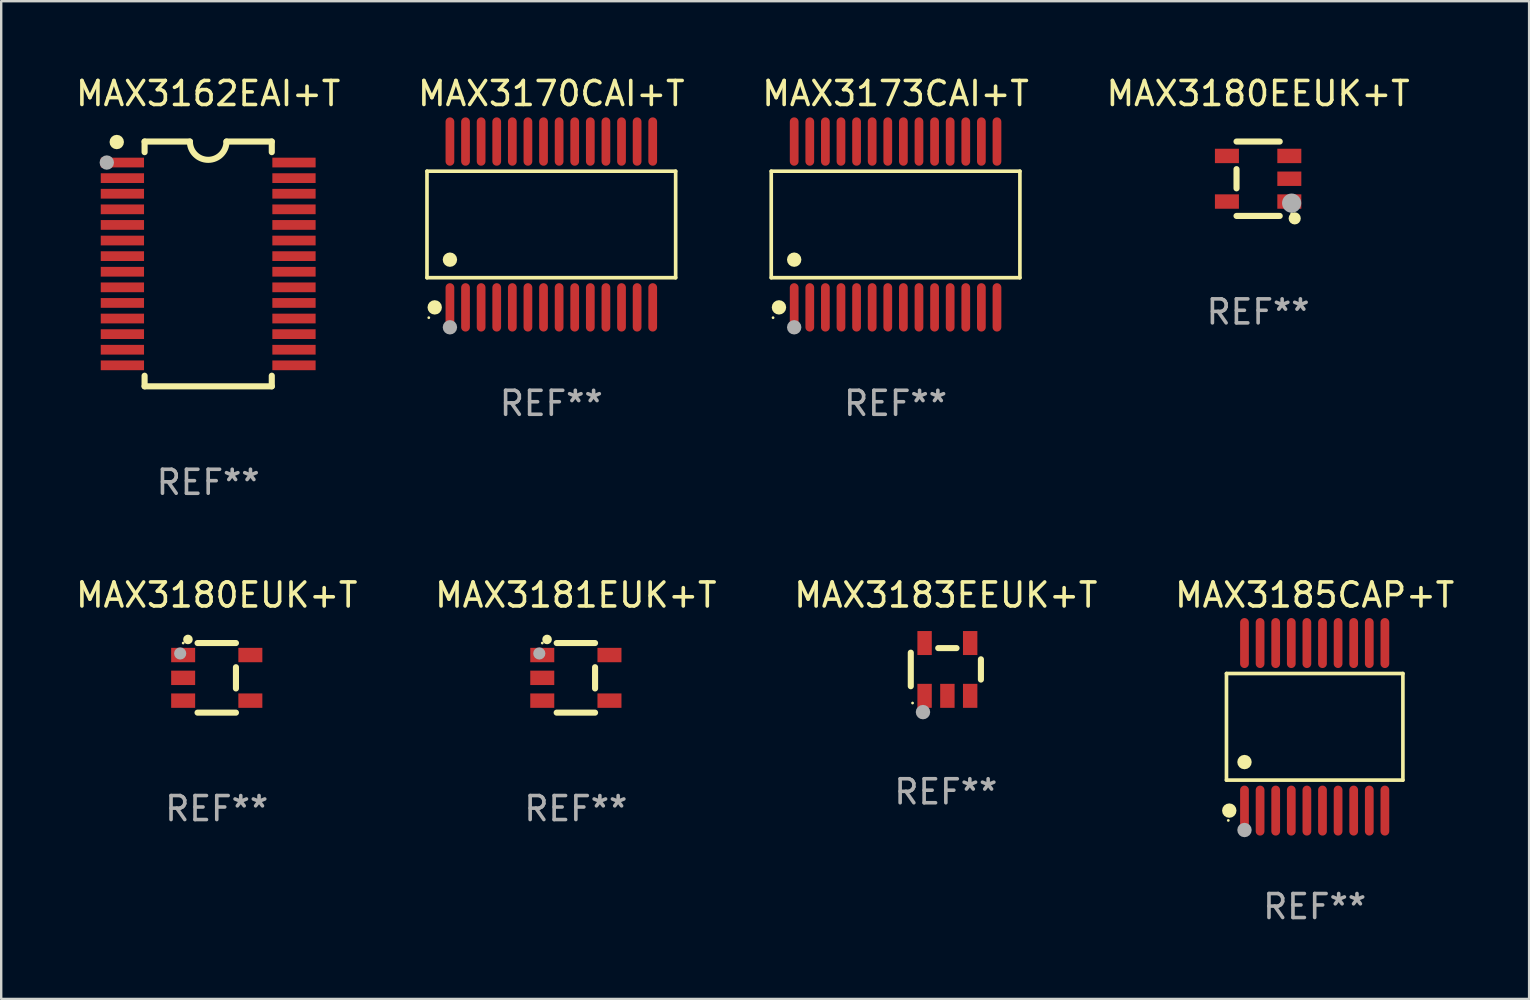
<source format=kicad_pcb>
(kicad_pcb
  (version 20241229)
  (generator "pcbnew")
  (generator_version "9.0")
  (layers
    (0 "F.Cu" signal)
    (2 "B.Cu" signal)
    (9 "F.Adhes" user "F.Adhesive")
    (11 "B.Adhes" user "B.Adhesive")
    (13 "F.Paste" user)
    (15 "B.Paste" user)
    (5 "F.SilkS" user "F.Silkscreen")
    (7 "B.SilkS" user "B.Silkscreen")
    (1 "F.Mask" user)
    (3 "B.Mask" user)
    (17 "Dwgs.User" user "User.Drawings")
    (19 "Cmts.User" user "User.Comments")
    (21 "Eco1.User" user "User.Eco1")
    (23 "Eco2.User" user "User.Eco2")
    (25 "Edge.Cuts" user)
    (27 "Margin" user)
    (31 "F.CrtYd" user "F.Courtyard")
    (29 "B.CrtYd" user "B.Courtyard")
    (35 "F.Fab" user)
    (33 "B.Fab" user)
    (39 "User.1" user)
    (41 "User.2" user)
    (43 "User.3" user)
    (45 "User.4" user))
  (footprint "MAX3170CAI+T"
    (layer "F.Cu")
    (at 19.923 6.303)
    (property "Reference" "MAX3170CAI+T" (at 0 -5.455 0) (layer "F.SilkS") (effects (font (size 1 1) (thickness 0.15))))
    (attr through_hole)
    (fp_line (start -5.181 -2.219) (end 5.181 -2.219) (stroke (width 0.152) (type solid)) (layer "F.SilkS"))
    (fp_line (start -5.181 2.219) (end -5.181 -2.219) (stroke (width 0.152) (type solid)) (layer "F.SilkS"))
    (fp_line (start 5.181 -2.219) (end 5.181 2.219) (stroke (width 0.152) (type solid)) (layer "F.SilkS"))
    (fp_line (start 5.181 2.219) (end -5.181 2.219) (stroke (width 0.152) (type solid)) (layer "F.SilkS"))
    (fp_circle (center -5.105 3.885) (end -5.075 3.885) (stroke (width 0.06) (type solid)) (fill no) (layer "F.SilkS"))
    (fp_circle (center -4.859 3.455) (end -4.709 3.455) (stroke (width 0.3) (type solid)) (fill no) (layer "F.SilkS"))
    (fp_circle (center -4.225 1.467) (end -4.075 1.467) (stroke (width 0.3) (type solid)) (fill no) (layer "F.SilkS"))
    (fp_circle (center -4.225 4.285) (end -4.075 4.285) (stroke (width 0.3) (type solid)) (fill no) (layer "F.Fab"))
    (fp_text user "REF**" (at 0 7.455 0) (layer "F.Fab") (effects (font (size 1 1) (thickness 0.15))))
    (pad "1" smd oval (at -4.225 3.455) (size 0.364 2.015) (layers "F.Cu" "F.Mask" "F.Paste"))
    (pad "2" smd oval (at -3.575 3.455) (size 0.364 2.015) (layers "F.Cu" "F.Mask" "F.Paste"))
    (pad "3" smd oval (at -2.925 3.455) (size 0.364 2.015) (layers "F.Cu" "F.Mask" "F.Paste"))
    (pad "4" smd oval (at -2.275 3.455) (size 0.364 2.015) (layers "F.Cu" "F.Mask" "F.Paste"))
    (pad "5" smd oval (at -1.625 3.455) (size 0.364 2.015) (layers "F.Cu" "F.Mask" "F.Paste"))
    (pad "6" smd oval (at -0.975 3.455) (size 0.364 2.015) (layers "F.Cu" "F.Mask" "F.Paste"))
    (pad "7" smd oval (at -0.325 3.455) (size 0.364 2.015) (layers "F.Cu" "F.Mask" "F.Paste"))
    (pad "8" smd oval (at 0.325 3.455) (size 0.364 2.015) (layers "F.Cu" "F.Mask" "F.Paste"))
    (pad "9" smd oval (at 0.975 3.455) (size 0.364 2.015) (layers "F.Cu" "F.Mask" "F.Paste"))
    (pad "10" smd oval (at 1.625 3.455) (size 0.364 2.015) (layers "F.Cu" "F.Mask" "F.Paste"))
    (pad "11" smd oval (at 2.275 3.455) (size 0.364 2.015) (layers "F.Cu" "F.Mask" "F.Paste"))
    (pad "12" smd oval (at 2.925 3.455) (size 0.364 2.015) (layers "F.Cu" "F.Mask" "F.Paste"))
    (pad "13" smd oval (at 3.575 3.455) (size 0.364 2.015) (layers "F.Cu" "F.Mask" "F.Paste"))
    (pad "14" smd oval (at 4.225 3.455) (size 0.364 2.015) (layers "F.Cu" "F.Mask" "F.Paste"))
    (pad "15" smd oval (at 4.225 -3.455) (size 0.364 2.015) (layers "F.Cu" "F.Mask" "F.Paste"))
    (pad "16" smd oval (at 3.575 -3.455) (size 0.364 2.015) (layers "F.Cu" "F.Mask" "F.Paste"))
    (pad "17" smd oval (at 2.925 -3.455) (size 0.364 2.015) (layers "F.Cu" "F.Mask" "F.Paste"))
    (pad "18" smd oval (at 2.275 -3.455) (size 0.364 2.015) (layers "F.Cu" "F.Mask" "F.Paste"))
    (pad "19" smd oval (at 1.625 -3.455) (size 0.364 2.015) (layers "F.Cu" "F.Mask" "F.Paste"))
    (pad "20" smd oval (at 0.975 -3.455) (size 0.364 2.015) (layers "F.Cu" "F.Mask" "F.Paste"))
    (pad "21" smd oval (at 0.325 -3.455) (size 0.364 2.015) (layers "F.Cu" "F.Mask" "F.Paste"))
    (pad "22" smd oval (at -0.325 -3.455) (size 0.364 2.015) (layers "F.Cu" "F.Mask" "F.Paste"))
    (pad "23" smd oval (at -0.975 -3.455) (size 0.364 2.015) (layers "F.Cu" "F.Mask" "F.Paste"))
    (pad "24" smd oval (at -1.625 -3.455) (size 0.364 2.015) (layers "F.Cu" "F.Mask" "F.Paste"))
    (pad "25" smd oval (at -2.275 -3.455) (size 0.364 2.015) (layers "F.Cu" "F.Mask" "F.Paste"))
    (pad "26" smd oval (at -2.925 -3.455) (size 0.364 2.015) (layers "F.Cu" "F.Mask" "F.Paste"))
    (pad "27" smd oval (at -3.575 -3.455) (size 0.364 2.015) (layers "F.Cu" "F.Mask" "F.Paste"))
    (pad "28" smd oval (at -4.225 -3.455) (size 0.364 2.015) (layers "F.Cu" "F.Mask" "F.Paste")))
  (footprint "MAX3183EEUK+T"
    (layer "F.Cu")
    (at 36.363 24.845)
    (property "Reference" "MAX3183EEUK+T" (at 0 -3.1 0) (layer "F.SilkS") (effects (font (size 1 1) (thickness 0.15))))
    (attr through_hole)
    (fp_line (start -1.461 -0.699) (end -1.461 0.699) (stroke (width 0.254) (type solid)) (layer "F.SilkS"))
    (fp_line (start -0.318 -0.889) (end 0.445 -0.889) (stroke (width 0.254) (type solid)) (layer "F.SilkS"))
    (fp_line (start 1.461 -0.422) (end 1.461 0.422) (stroke (width 0.254) (type solid)) (layer "F.SilkS"))
    (fp_circle (center -1.387 1.4) (end -1.357 1.4) (stroke (width 0.06) (type solid)) (fill no) (layer "F.SilkS"))
    (fp_circle (center -0.953 1.778) (end -0.802 1.778) (stroke (width 0.3) (type solid)) (fill no) (layer "F.Fab"))
    (fp_text user "REF**" (at 0 5.1 0) (layer "F.Fab") (effects (font (size 1 1) (thickness 0.15))))
    (pad "1" smd rect (at -0.886 1.1) (size 0.6 1) (layers "F.Cu" "F.Mask" "F.Paste"))
    (pad "2" smd rect (at 0.064 1.1) (size 0.6 1) (layers "F.Cu" "F.Mask" "F.Paste"))
    (pad "3" smd rect (at 1.013 1.1) (size 0.6 1) (layers "F.Cu" "F.Mask" "F.Paste"))
    (pad "4" smd rect (at 1.013 -1.1) (size 0.6 1) (layers "F.Cu" "F.Mask" "F.Paste"))
    (pad "5" smd rect (at -0.886 -1.1) (size 0.6 1) (layers "F.Cu" "F.Mask" "F.Paste")))
  (footprint "MAX3181EUK+T"
    (layer "F.Cu")
    (at 20.946 25.195)
    (property "Reference" "MAX3181EUK+T" (at 0 -3.45 0) (layer "F.SilkS") (effects (font (size 1 1) (thickness 0.15))))
    (attr through_hole)
    (fp_line (start 0.8 -1.45) (end -0.8 -1.45) (stroke (width 0.254) (type solid)) (layer "F.SilkS"))
    (fp_line (start 0.8 -0.442) (end 0.8 0.442) (stroke (width 0.254) (type solid)) (layer "F.SilkS"))
    (fp_line (start 0.8 1.45) (end -0.8 1.45) (stroke (width 0.254) (type solid)) (layer "F.SilkS"))
    (fp_circle (center -1.4 -1.45) (end -1.37 -1.45) (stroke (width 0.06) (type solid)) (fill no) (layer "F.SilkS"))
    (fp_circle (center -1.2 -1.6) (end -1.1 -1.6) (stroke (width 0.2) (type solid)) (fill no) (layer "F.SilkS"))
    (fp_circle (center -1.524 -1.016) (end -1.397 -1.016) (stroke (width 0.254) (type solid)) (fill no) (layer "F.Fab"))
    (fp_text user "REF**" (at 0 5.45 0) (layer "F.Fab") (effects (font (size 1 1) (thickness 0.15))))
    (pad "1" smd rect (at -1.4 -0.95 180) (size 1 0.6) (layers "F.Cu" "F.Mask" "F.Paste"))
    (pad "2" smd rect (at -1.4 0.000114 180) (size 1 0.6) (layers "F.Cu" "F.Mask" "F.Paste"))
    (pad "3" smd rect (at -1.4 0.95 180) (size 1 0.6) (layers "F.Cu" "F.Mask" "F.Paste"))
    (pad "4" smd rect (at 1.4 0.95) (size 1 0.6) (layers "F.Cu" "F.Mask" "F.Paste"))
    (pad "5" smd rect (at 1.4 -0.95) (size 1 0.6) (layers "F.Cu" "F.Mask" "F.Paste")))
  (footprint "MAX3180EEUK+T"
    (layer "F.Cu")
    (at 49.375 4.398)
    (property "Reference" "MAX3180EEUK+T" (at 0 -3.55 0) (layer "F.SilkS") (effects (font (size 1 1) (thickness 0.15))))
    (attr through_hole)
    (fp_line (start -0.9 -1.55) (end 0.9 -1.55) (stroke (width 0.254) (type solid)) (layer "F.SilkS"))
    (fp_line (start -0.9 0.4) (end -0.9 -0.4) (stroke (width 0.254) (type solid)) (layer "F.SilkS"))
    (fp_line (start -0.9 1.55) (end 0.9 1.55) (stroke (width 0.254) (type solid)) (layer "F.SilkS"))
    (fp_circle (center 1.4 1.45) (end 1.43 1.45) (stroke (width 0.06) (type solid)) (fill no) (layer "F.SilkS"))
    (fp_circle (center 1.524 1.651) (end 1.651 1.651) (stroke (width 0.254) (type solid)) (fill no) (layer "F.SilkS"))
    (fp_circle (center 1.397 1.016) (end 1.597 1.016) (stroke (width 0.4) (type solid)) (fill no) (layer "F.Fab"))
    (fp_text user "REF**" (at 0 5.55 0) (layer "F.Fab") (effects (font (size 1 1) (thickness 0.15))))
    (pad "1" smd rect (at 1.3 0.95) (size 1 0.6) (layers "F.Cu" "F.Mask" "F.Paste"))
    (pad "2" smd rect (at 1.3 -0.000051) (size 1 0.6) (layers "F.Cu" "F.Mask" "F.Paste"))
    (pad "3" smd rect (at 1.3 -0.95) (size 1 0.6) (layers "F.Cu" "F.Mask" "F.Paste"))
    (pad "4" smd rect (at -1.3 -0.95) (size 1 0.6) (layers "F.Cu" "F.Mask" "F.Paste"))
    (pad "5" smd rect (at -1.3 0.95) (size 1 0.6) (layers "F.Cu" "F.Mask" "F.Paste")))
  (footprint "MAX3173CAI+T"
    (layer "F.Cu")
    (at 34.268 6.303)
    (property "Reference" "MAX3173CAI+T" (at 0 -5.455 0) (layer "F.SilkS") (effects (font (size 1 1) (thickness 0.15))))
    (attr through_hole)
    (fp_line (start -5.181 -2.219) (end 5.181 -2.219) (stroke (width 0.152) (type solid)) (layer "F.SilkS"))
    (fp_line (start -5.181 2.219) (end -5.181 -2.219) (stroke (width 0.152) (type solid)) (layer "F.SilkS"))
    (fp_line (start 5.181 -2.219) (end 5.181 2.219) (stroke (width 0.152) (type solid)) (layer "F.SilkS"))
    (fp_line (start 5.181 2.219) (end -5.181 2.219) (stroke (width 0.152) (type solid)) (layer "F.SilkS"))
    (fp_circle (center -5.105 3.885) (end -5.075 3.885) (stroke (width 0.06) (type solid)) (fill no) (layer "F.SilkS"))
    (fp_circle (center -4.859 3.455) (end -4.709 3.455) (stroke (width 0.3) (type solid)) (fill no) (layer "F.SilkS"))
    (fp_circle (center -4.225 1.467) (end -4.075 1.467) (stroke (width 0.3) (type solid)) (fill no) (layer "F.SilkS"))
    (fp_circle (center -4.225 4.285) (end -4.075 4.285) (stroke (width 0.3) (type solid)) (fill no) (layer "F.Fab"))
    (fp_text user "REF**" (at 0 7.455 0) (layer "F.Fab") (effects (font (size 1 1) (thickness 0.15))))
    (pad "1" smd oval (at -4.225 3.455) (size 0.364 2.015) (layers "F.Cu" "F.Mask" "F.Paste"))
    (pad "2" smd oval (at -3.575 3.455) (size 0.364 2.015) (layers "F.Cu" "F.Mask" "F.Paste"))
    (pad "3" smd oval (at -2.925 3.455) (size 0.364 2.015) (layers "F.Cu" "F.Mask" "F.Paste"))
    (pad "4" smd oval (at -2.275 3.455) (size 0.364 2.015) (layers "F.Cu" "F.Mask" "F.Paste"))
    (pad "5" smd oval (at -1.625 3.455) (size 0.364 2.015) (layers "F.Cu" "F.Mask" "F.Paste"))
    (pad "6" smd oval (at -0.975 3.455) (size 0.364 2.015) (layers "F.Cu" "F.Mask" "F.Paste"))
    (pad "7" smd oval (at -0.325 3.455) (size 0.364 2.015) (layers "F.Cu" "F.Mask" "F.Paste"))
    (pad "8" smd oval (at 0.325 3.455) (size 0.364 2.015) (layers "F.Cu" "F.Mask" "F.Paste"))
    (pad "9" smd oval (at 0.975 3.455) (size 0.364 2.015) (layers "F.Cu" "F.Mask" "F.Paste"))
    (pad "10" smd oval (at 1.625 3.455) (size 0.364 2.015) (layers "F.Cu" "F.Mask" "F.Paste"))
    (pad "11" smd oval (at 2.275 3.455) (size 0.364 2.015) (layers "F.Cu" "F.Mask" "F.Paste"))
    (pad "12" smd oval (at 2.925 3.455) (size 0.364 2.015) (layers "F.Cu" "F.Mask" "F.Paste"))
    (pad "13" smd oval (at 3.575 3.455) (size 0.364 2.015) (layers "F.Cu" "F.Mask" "F.Paste"))
    (pad "14" smd oval (at 4.225 3.455) (size 0.364 2.015) (layers "F.Cu" "F.Mask" "F.Paste"))
    (pad "15" smd oval (at 4.225 -3.455) (size 0.364 2.015) (layers "F.Cu" "F.Mask" "F.Paste"))
    (pad "16" smd oval (at 3.575 -3.455) (size 0.364 2.015) (layers "F.Cu" "F.Mask" "F.Paste"))
    (pad "17" smd oval (at 2.925 -3.455) (size 0.364 2.015) (layers "F.Cu" "F.Mask" "F.Paste"))
    (pad "18" smd oval (at 2.275 -3.455) (size 0.364 2.015) (layers "F.Cu" "F.Mask" "F.Paste"))
    (pad "19" smd oval (at 1.625 -3.455) (size 0.364 2.015) (layers "F.Cu" "F.Mask" "F.Paste"))
    (pad "20" smd oval (at 0.975 -3.455) (size 0.364 2.015) (layers "F.Cu" "F.Mask" "F.Paste"))
    (pad "21" smd oval (at 0.325 -3.455) (size 0.364 2.015) (layers "F.Cu" "F.Mask" "F.Paste"))
    (pad "22" smd oval (at -0.325 -3.455) (size 0.364 2.015) (layers "F.Cu" "F.Mask" "F.Paste"))
    (pad "23" smd oval (at -0.975 -3.455) (size 0.364 2.015) (layers "F.Cu" "F.Mask" "F.Paste"))
    (pad "24" smd oval (at -1.625 -3.455) (size 0.364 2.015) (layers "F.Cu" "F.Mask" "F.Paste"))
    (pad "25" smd oval (at -2.275 -3.455) (size 0.364 2.015) (layers "F.Cu" "F.Mask" "F.Paste"))
    (pad "26" smd oval (at -2.925 -3.455) (size 0.364 2.015) (layers "F.Cu" "F.Mask" "F.Paste"))
    (pad "27" smd oval (at -3.575 -3.455) (size 0.364 2.015) (layers "F.Cu" "F.Mask" "F.Paste"))
    (pad "28" smd oval (at -4.225 -3.455) (size 0.364 2.015) (layers "F.Cu" "F.Mask" "F.Paste")))
  (footprint "MAX3180EUK+T"
    (layer "F.Cu")
    (at 5.982 25.195)
    (property "Reference" "MAX3180EUK+T" (at 0 -3.45 0) (layer "F.SilkS") (effects (font (size 1 1) (thickness 0.15))))
    (attr through_hole)
    (fp_line (start 0.8 -1.45) (end -0.8 -1.45) (stroke (width 0.254) (type solid)) (layer "F.SilkS"))
    (fp_line (start 0.8 -0.442) (end 0.8 0.442) (stroke (width 0.254) (type solid)) (layer "F.SilkS"))
    (fp_line (start 0.8 1.45) (end -0.8 1.45) (stroke (width 0.254) (type solid)) (layer "F.SilkS"))
    (fp_circle (center -1.4 -1.45) (end -1.37 -1.45) (stroke (width 0.06) (type solid)) (fill no) (layer "F.SilkS"))
    (fp_circle (center -1.2 -1.6) (end -1.1 -1.6) (stroke (width 0.2) (type solid)) (fill no) (layer "F.SilkS"))
    (fp_circle (center -1.524 -1.016) (end -1.397 -1.016) (stroke (width 0.254) (type solid)) (fill no) (layer "F.Fab"))
    (fp_text user "REF**" (at 0 5.45 0) (layer "F.Fab") (effects (font (size 1 1) (thickness 0.15))))
    (pad "1" smd rect (at -1.4 -0.95 180) (size 1 0.6) (layers "F.Cu" "F.Mask" "F.Paste"))
    (pad "2" smd rect (at -1.4 0.000114 180) (size 1 0.6) (layers "F.Cu" "F.Mask" "F.Paste"))
    (pad "3" smd rect (at -1.4 0.95 180) (size 1 0.6) (layers "F.Cu" "F.Mask" "F.Paste"))
    (pad "4" smd rect (at 1.4 0.95) (size 1 0.6) (layers "F.Cu" "F.Mask" "F.Paste"))
    (pad "5" smd rect (at 1.4 -0.95) (size 1 0.6) (layers "F.Cu" "F.Mask" "F.Paste")))
  (footprint "MAX3185CAP+T"
    (layer "F.Cu")
    (at 51.732 27.236)
    (property "Reference" "MAX3185CAP+T" (at 0 -5.491 0) (layer "F.SilkS") (effects (font (size 1 1) (thickness 0.15))))
    (attr through_hole)
    (fp_line (start -3.676 -2.221) (end 3.676 -2.221) (stroke (width 0.152) (type solid)) (layer "F.SilkS"))
    (fp_line (start -3.676 2.221) (end -3.676 -2.221) (stroke (width 0.152) (type solid)) (layer "F.SilkS"))
    (fp_line (start 3.676 -2.221) (end 3.676 2.221) (stroke (width 0.152) (type solid)) (layer "F.SilkS"))
    (fp_line (start 3.676 2.221) (end -3.676 2.221) (stroke (width 0.152) (type solid)) (layer "F.SilkS"))
    (fp_circle (center -3.6 3.9) (end -3.57 3.9) (stroke (width 0.06) (type solid)) (fill no) (layer "F.SilkS"))
    (fp_circle (center -3.559 3.491) (end -3.409 3.491) (stroke (width 0.3) (type solid)) (fill no) (layer "F.SilkS"))
    (fp_circle (center -2.925 1.469) (end -2.775 1.469) (stroke (width 0.3) (type solid)) (fill no) (layer "F.SilkS"))
    (fp_circle (center -2.925 4.3) (end -2.775 4.3) (stroke (width 0.3) (type solid)) (fill no) (layer "F.Fab"))
    (fp_text user "REF**" (at 0 7.491 0) (layer "F.Fab") (effects (font (size 1 1) (thickness 0.15))))
    (pad "1" smd oval (at -2.925 3.491) (size 0.364 2.082) (layers "F.Cu" "F.Mask" "F.Paste"))
    (pad "2" smd oval (at -2.275 3.491) (size 0.364 2.082) (layers "F.Cu" "F.Mask" "F.Paste"))
    (pad "3" smd oval (at -1.625 3.491) (size 0.364 2.082) (layers "F.Cu" "F.Mask" "F.Paste"))
    (pad "4" smd oval (at -0.975 3.491) (size 0.364 2.082) (layers "F.Cu" "F.Mask" "F.Paste"))
    (pad "5" smd oval (at -0.325 3.491) (size 0.364 2.082) (layers "F.Cu" "F.Mask" "F.Paste"))
    (pad "6" smd oval (at 0.325 3.491) (size 0.364 2.082) (layers "F.Cu" "F.Mask" "F.Paste"))
    (pad "7" smd oval (at 0.975 3.491) (size 0.364 2.082) (layers "F.Cu" "F.Mask" "F.Paste"))
    (pad "8" smd oval (at 1.625 3.491) (size 0.364 2.082) (layers "F.Cu" "F.Mask" "F.Paste"))
    (pad "9" smd oval (at 2.275 3.491) (size 0.364 2.082) (layers "F.Cu" "F.Mask" "F.Paste"))
    (pad "10" smd oval (at 2.925 3.491) (size 0.364 2.082) (layers "F.Cu" "F.Mask" "F.Paste"))
    (pad "11" smd oval (at 2.925 -3.491) (size 0.364 2.082) (layers "F.Cu" "F.Mask" "F.Paste"))
    (pad "12" smd oval (at 2.275 -3.491) (size 0.364 2.082) (layers "F.Cu" "F.Mask" "F.Paste"))
    (pad "13" smd oval (at 1.625 -3.491) (size 0.364 2.082) (layers "F.Cu" "F.Mask" "F.Paste"))
    (pad "14" smd oval (at 0.975 -3.491) (size 0.364 2.082) (layers "F.Cu" "F.Mask" "F.Paste"))
    (pad "15" smd oval (at 0.325 -3.491) (size 0.364 2.082) (layers "F.Cu" "F.Mask" "F.Paste"))
    (pad "16" smd oval (at -0.325 -3.491) (size 0.364 2.082) (layers "F.Cu" "F.Mask" "F.Paste"))
    (pad "17" smd oval (at -0.975 -3.491) (size 0.364 2.082) (layers "F.Cu" "F.Mask" "F.Paste"))
    (pad "18" smd oval (at -1.625 -3.491) (size 0.364 2.082) (layers "F.Cu" "F.Mask" "F.Paste"))
    (pad "19" smd oval (at -2.275 -3.491) (size 0.364 2.082) (layers "F.Cu" "F.Mask" "F.Paste"))
    (pad "20" smd oval (at -2.925 -3.491) (size 0.364 2.082) (layers "F.Cu" "F.Mask" "F.Paste")))
  (footprint "MAX3162EAI+T"
    (layer "F.Cu")
    (at 5.625 7.948)
    (property "Reference" "MAX3162EAI+T" (at 0 -7.1 0) (layer "F.SilkS") (effects (font (size 1 1) (thickness 0.15))))
    (attr through_hole)
    (fp_line (start -2.65 -5.1) (end -0.762 -5.1) (stroke (width 0.254) (type solid)) (layer "F.SilkS"))
    (fp_line (start -2.65 -4.658) (end -2.65 -5.1) (stroke (width 0.254) (type solid)) (layer "F.SilkS"))
    (fp_line (start -2.65 5.1) (end -2.65 4.658) (stroke (width 0.254) (type solid)) (layer "F.SilkS"))
    (fp_line (start -2.65 5.1) (end 2.65 5.1) (stroke (width 0.254) (type solid)) (layer "F.SilkS"))
    (fp_line (start 2.65 -5.1) (end 0.762 -5.1) (stroke (width 0.254) (type solid)) (layer "F.SilkS"))
    (fp_line (start 2.65 -5.1) (end 2.65 -4.658) (stroke (width 0.254) (type solid)) (layer "F.SilkS"))
    (fp_line (start 2.65 4.658) (end 2.65 5.1) (stroke (width 0.254) (type solid)) (layer "F.SilkS"))
    (fp_arc (start 0.761925 -5.1) (mid -0.000241 -4.338329) (end -0.762077 -5.10033) (stroke (width 0.254001) (type solid)) (layer "F.SilkS"))
    (fp_circle (center -3.858 -5.07) (end -3.828 -5.07) (stroke (width 0.06) (type solid)) (fill no) (layer "F.SilkS"))
    (fp_circle (center -3.81 -5.08) (end -3.66 -5.08) (stroke (width 0.3) (type solid)) (fill no) (layer "F.SilkS"))
    (fp_circle (center -4.225 -4.225) (end -4.075 -4.225) (stroke (width 0.3) (type solid)) (fill no) (layer "F.Fab"))
    (fp_text user "REF**" (at 0 9.1 0) (layer "F.Fab") (effects (font (size 1 1) (thickness 0.15))))
    (pad "1" smd rect (at -3.575 -4.225) (size 1.803 0.406) (layers "F.Cu" "F.Mask" "F.Paste"))
    (pad "2" smd rect (at -3.575 -3.575) (size 1.803 0.406) (layers "F.Cu" "F.Mask" "F.Paste"))
    (pad "3" smd rect (at -3.575 -2.925) (size 1.803 0.406) (layers "F.Cu" "F.Mask" "F.Paste"))
    (pad "4" smd rect (at -3.575 -2.275) (size 1.803 0.406) (layers "F.Cu" "F.Mask" "F.Paste"))
    (pad "5" smd rect (at -3.575 -1.625) (size 1.803 0.406) (layers "F.Cu" "F.Mask" "F.Paste"))
    (pad "6" smd rect (at -3.575 -0.975) (size 1.803 0.406) (layers "F.Cu" "F.Mask" "F.Paste"))
    (pad "7" smd rect (at -3.575 -0.325) (size 1.803 0.406) (layers "F.Cu" "F.Mask" "F.Paste"))
    (pad "8" smd rect (at -3.575 0.325) (size 1.803 0.406) (layers "F.Cu" "F.Mask" "F.Paste"))
    (pad "9" smd rect (at -3.575 0.975) (size 1.803 0.406) (layers "F.Cu" "F.Mask" "F.Paste"))
    (pad "10" smd rect (at -3.575 1.625) (size 1.803 0.406) (layers "F.Cu" "F.Mask" "F.Paste"))
    (pad "11" smd rect (at -3.575 2.275) (size 1.803 0.406) (layers "F.Cu" "F.Mask" "F.Paste"))
    (pad "12" smd rect (at -3.575 2.925) (size 1.803 0.406) (layers "F.Cu" "F.Mask" "F.Paste"))
    (pad "13" smd rect (at -3.575 3.575) (size 1.803 0.406) (layers "F.Cu" "F.Mask" "F.Paste"))
    (pad "14" smd rect (at -3.575 4.225) (size 1.803 0.406) (layers "F.Cu" "F.Mask" "F.Paste"))
    (pad "15" smd rect (at 3.575 4.225) (size 1.803 0.406) (layers "F.Cu" "F.Mask" "F.Paste"))
    (pad "16" smd rect (at 3.575 3.575) (size 1.803 0.406) (layers "F.Cu" "F.Mask" "F.Paste"))
    (pad "17" smd rect (at 3.575 2.925) (size 1.803 0.406) (layers "F.Cu" "F.Mask" "F.Paste"))
    (pad "18" smd rect (at 3.575 2.275) (size 1.803 0.406) (layers "F.Cu" "F.Mask" "F.Paste"))
    (pad "19" smd rect (at 3.575 1.625) (size 1.803 0.406) (layers "F.Cu" "F.Mask" "F.Paste"))
    (pad "20" smd rect (at 3.575 0.975) (size 1.803 0.406) (layers "F.Cu" "F.Mask" "F.Paste"))
    (pad "21" smd rect (at 3.575 0.325) (size 1.803 0.406) (layers "F.Cu" "F.Mask" "F.Paste"))
    (pad "22" smd rect (at 3.575 -0.325) (size 1.803 0.406) (layers "F.Cu" "F.Mask" "F.Paste"))
    (pad "23" smd rect (at 3.575 -0.975) (size 1.803 0.406) (layers "F.Cu" "F.Mask" "F.Paste"))
    (pad "24" smd rect (at 3.575 -1.625) (size 1.803 0.406) (layers "F.Cu" "F.Mask" "F.Paste"))
    (pad "25" smd rect (at 3.575 -2.275) (size 1.803 0.406) (layers "F.Cu" "F.Mask" "F.Paste"))
    (pad "26" smd rect (at 3.575 -2.925) (size 1.803 0.406) (layers "F.Cu" "F.Mask" "F.Paste"))
    (pad "27" smd rect (at 3.575 -3.575) (size 1.803 0.406) (layers "F.Cu" "F.Mask" "F.Paste"))
    (pad "28" smd rect (at 3.575 -4.225) (size 1.803 0.406) (layers "F.Cu" "F.Mask" "F.Paste")))
  (gr_rect
    (start -3 -3)
    (end 60.667 38.575)
    (stroke (width 0.1) (type default))
    (fill no)
    (layer "Edge.Cuts")))
</source>
